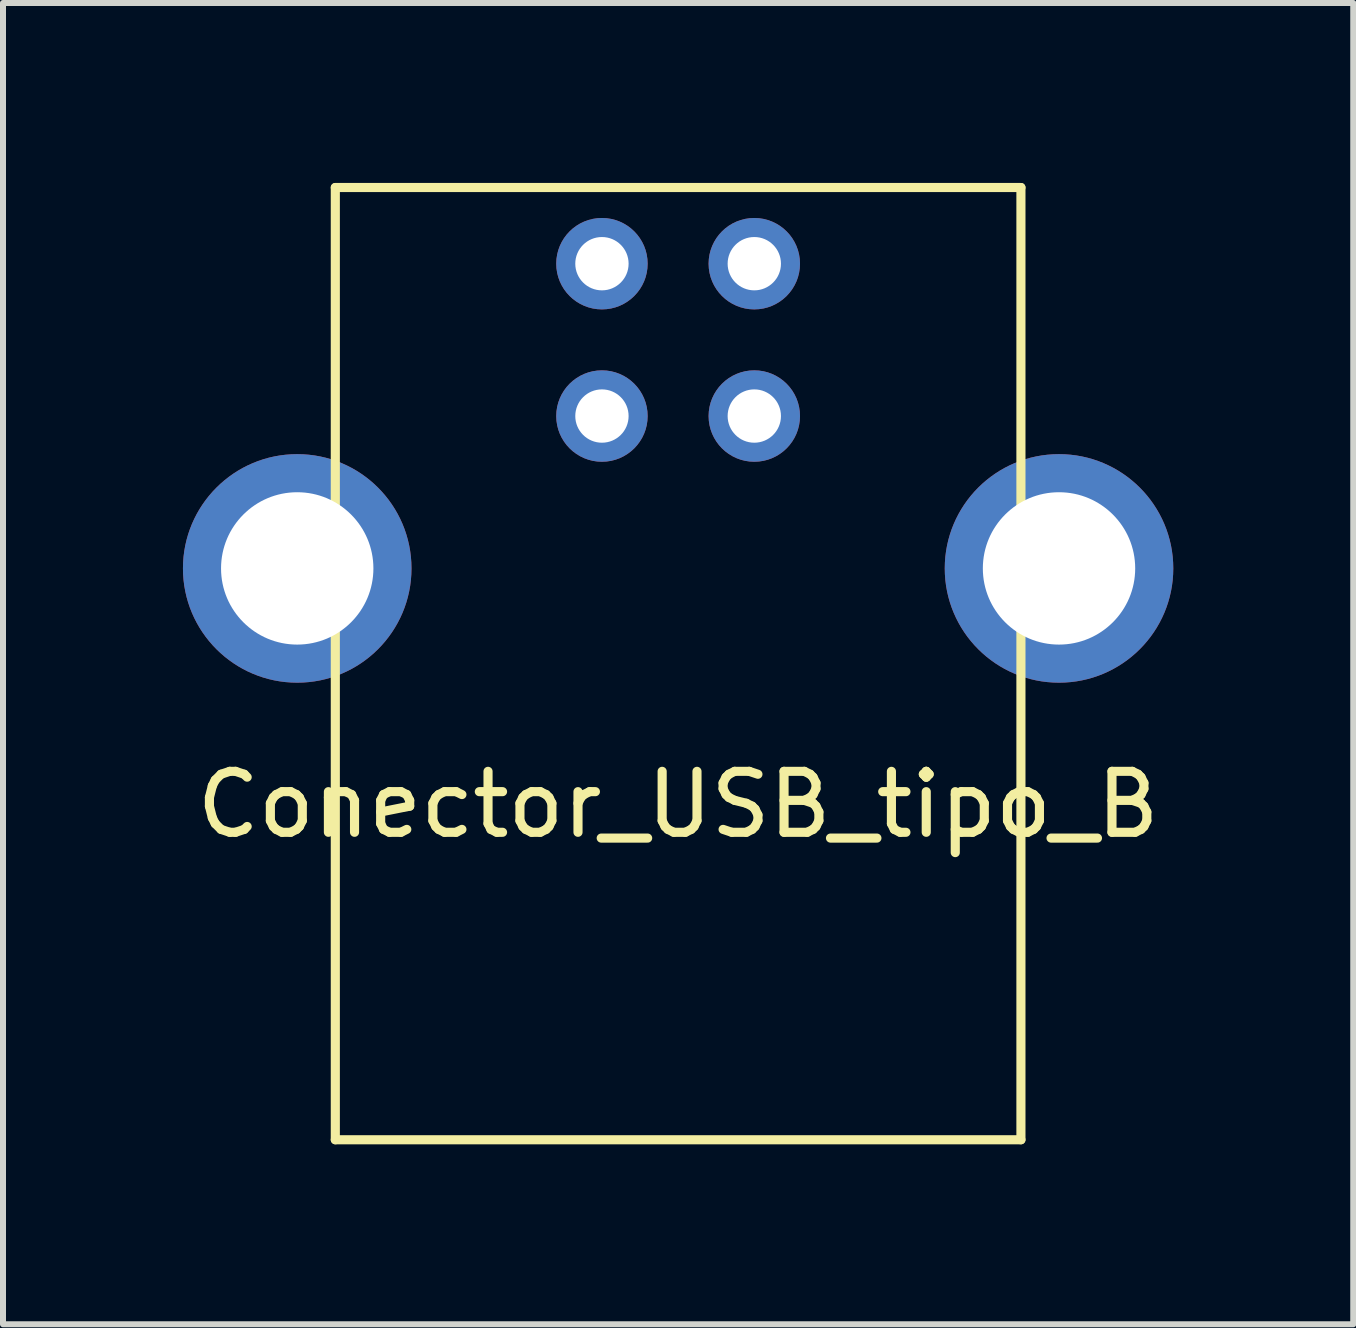
<source format=kicad_pcb>
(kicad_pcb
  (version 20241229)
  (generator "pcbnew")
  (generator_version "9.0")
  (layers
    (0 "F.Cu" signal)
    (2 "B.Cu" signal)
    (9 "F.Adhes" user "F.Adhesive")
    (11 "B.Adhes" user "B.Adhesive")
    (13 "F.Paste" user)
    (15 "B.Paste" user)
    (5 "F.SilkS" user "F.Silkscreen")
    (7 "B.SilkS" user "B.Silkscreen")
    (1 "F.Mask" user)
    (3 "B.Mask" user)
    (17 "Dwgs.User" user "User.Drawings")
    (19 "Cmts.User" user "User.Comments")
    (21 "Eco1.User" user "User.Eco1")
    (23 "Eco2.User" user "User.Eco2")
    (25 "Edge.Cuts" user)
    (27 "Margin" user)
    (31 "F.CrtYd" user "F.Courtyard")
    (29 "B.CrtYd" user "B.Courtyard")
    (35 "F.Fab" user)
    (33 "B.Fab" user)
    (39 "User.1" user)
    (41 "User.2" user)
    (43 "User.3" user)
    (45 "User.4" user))
  (footprint "Conector_USB_tipo_B"
    (layer "F.Cu")
    (at 6.985 3.886)
    (property "Reference" "Conector_USB_tipo_B" (at 1.27 6.477 0) (layer "F.SilkS") (effects (font (size 1.016 1.016) (thickness 0.152))))
    (attr through_hole)
    (fp_line (start -4.445 -3.81) (end -4.445 12.065) (stroke (width 0.152) (type solid)) (layer "F.SilkS"))
    (fp_line (start -4.445 -3.81) (end 6.985 -3.81) (stroke (width 0.152) (type solid)) (layer "F.SilkS"))
    (fp_line (start -4.445 12.065) (end 6.985 12.065) (stroke (width 0.152) (type solid)) (layer "F.SilkS"))
    (fp_line (start 6.985 -3.81) (end 6.985 12.065) (stroke (width 0.152) (type solid)) (layer "F.SilkS"))
    (pad "" thru_hole circle (at -5.08 2.54) (size 3.81 3.81) (drill 2.54) (layers "*.Cu" "*.Mask"))
    (pad "" thru_hole circle (at 7.62 2.54) (size 3.81 3.81) (drill 2.54) (layers "*.Cu" "*.Mask"))
    (pad "1" thru_hole circle (at 2.54 -2.54) (size 1.524 1.524) (drill 0.889) (layers "*.Cu" "*.Mask"))
    (pad "2" thru_hole circle (at 0 -2.54) (size 1.524 1.524) (drill 0.889) (layers "*.Cu" "*.Mask"))
    (pad "3" thru_hole circle (at 0 0) (size 1.524 1.524) (drill 0.889) (layers "*.Cu" "*.Mask"))
    (pad "4" thru_hole circle (at 2.54 0) (size 1.524 1.524) (drill 0.889) (layers "*.Cu" "*.Mask")))
  (gr_rect
    (start -3 -3)
    (end 19.51 19.027)
    (stroke (width 0.1) (type default))
    (fill no)
    (layer "Edge.Cuts")))
</source>
